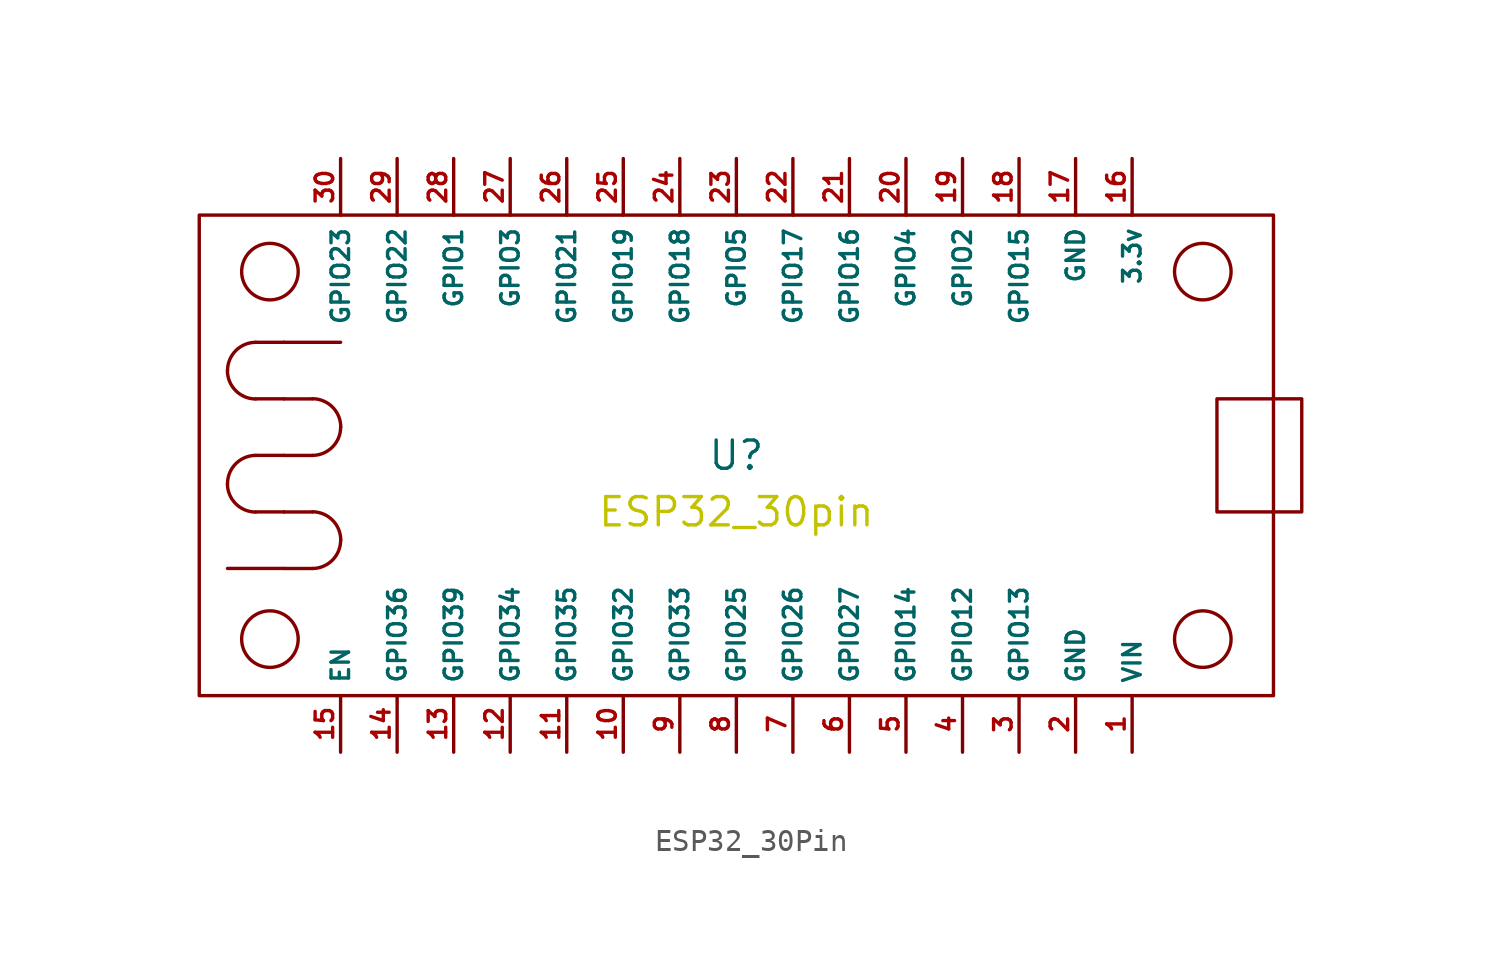
<source format=kicad_sym>
(kicad_symbol_lib
  (version 20220914)
  (generator kicad_symbol_editor)
  (symbol "ESP32_30Pin"
    (property "Reference" "U"
      (at 0 0 0)
      (effects (font (size 1.27 1.27))))
    (property "Value" ""
      (at 0 0 0)
      (effects (font (size 1.27 1.27))))
    (property "Footprint" "ESP32_30pin"
      (at 0 -2.54 0)
      (effects (font (size 1.27 1.27) (color 194 194 0 1))))
    (symbol "ESP32_30Pin_0_1"
      (rectangle (start -24.13 10.795) (end 24.13 -10.795) (stroke (width 0) (type default)) (fill (type none)))
      (arc (start -22.8675 -1.2775) (mid -22.4933 -2.1733) (end -21.5975 -2.5475) (stroke (width 0) (type default)) (fill (type none)))
      (arc (start -22.8675 3.8025) (mid -22.4933 2.9067) (end -21.5975 2.5325) (stroke (width 0) (type default)) (fill (type none)))
      (arc (start -21.59 0) (mid -22.4873 -0.3727) (end -22.86 -1.27) (stroke (width 0) (type default)) (fill (type none)))
      (arc (start -21.59 5.08) (mid -22.4873 4.7073) (end -22.86 3.81) (stroke (width 0) (type default)) (fill (type none)))
      (circle (center -20.955 -8.255) (radius 1.27) (stroke (width 0) (type default)) (fill (type none)))
      (circle (center -20.955 8.255) (radius 1.27) (stroke (width 0) (type default)) (fill (type none)))
      (arc (start -19.0475 -5.0825) (mid -18.1502 -4.7098) (end -17.7775 -3.8125) (stroke (width 0) (type default)) (fill (type none)))
      (arc (start -19.0475 -0.0025) (mid -18.1502 0.3702) (end -17.7775 1.2675) (stroke (width 0) (type default)) (fill (type none)))
      (arc (start -17.77 -3.805) (mid -18.1442 -2.9092) (end -19.04 -2.535) (stroke (width 0) (type default)) (fill (type none)))
      (arc (start -17.77 1.275) (mid -18.1442 2.1708) (end -19.04 2.545) (stroke (width 0) (type default)) (fill (type none)))
      (polyline (pts (xy -21.59 -2.54) (xy -20.32 -2.54)) (stroke (width 0) (type default)) (fill (type none)))
      (polyline (pts (xy -21.59 0) (xy -20.32 0)) (stroke (width 0) (type default)) (fill (type none)))
      (polyline (pts (xy -21.59 2.54) (xy -20.32 2.54)) (stroke (width 0) (type default)) (fill (type none)))
      (polyline (pts (xy -21.59 5.08) (xy -20.32 5.08)) (stroke (width 0) (type default)) (fill (type none)))
      (polyline (pts (xy -20.32 -5.08) (xy -22.86 -5.08)) (stroke (width 0) (type default)) (fill (type none)))
      (polyline (pts (xy -20.32 5.08) (xy -17.78 5.08)) (stroke (width 0) (type default)) (fill (type none)))
      (polyline (pts (xy -19.047 -5.082) (xy -20.317 -5.082)) (stroke (width 0) (type default)) (fill (type none)))
      (polyline (pts (xy -19.047 -2.542) (xy -20.317 -2.542)) (stroke (width 0) (type default)) (fill (type none)))
      (polyline (pts (xy -19.047 -0.003) (xy -20.317 -0.003)) (stroke (width 0) (type default)) (fill (type none)))
      (polyline (pts (xy -19.047 2.538) (xy -20.317 2.538)) (stroke (width 0) (type default)) (fill (type none)))
      (circle (center 20.955 -8.255) (radius 1.27) (stroke (width 0) (type default)) (fill (type none)))
      (circle (center 20.955 8.255) (radius 1.27) (stroke (width 0) (type default)) (fill (type none)))
      (rectangle (start 21.59 2.54) (end 25.4 -2.54) (stroke (width 0) (type default)) (fill (type none))))
    (symbol "ESP32_30Pin_1_1"
      (pin power_out line (at 17.78 -13.335 90) (length 2.54) (name "VIN" (effects (font (size 0.787 0.787)))) (number "1" (effects (font (size 0.787 0.787)))))
      (pin bidirectional line (at -5.08 -13.335 90) (length 2.54) (name "GPIO32" (effects (font (size 0.787 0.787)))) (number "10" (effects (font (size 0.787 0.787)))))
      (pin bidirectional line (at -7.62 -13.335 90) (length 2.54) (name "GPIO35" (effects (font (size 0.787 0.787)))) (number "11" (effects (font (size 0.787 0.787)))))
      (pin bidirectional line (at -10.16 -13.335 90) (length 2.54) (name "GPIO34" (effects (font (size 0.787 0.787)))) (number "12" (effects (font (size 0.787 0.787)))))
      (pin bidirectional line (at -12.7 -13.335 90) (length 2.54) (name "GPIO39" (effects (font (size 0.787 0.787)))) (number "13" (effects (font (size 0.787 0.787)))))
      (pin bidirectional line (at -15.24 -13.335 90) (length 2.54) (name "GPIO36" (effects (font (size 0.787 0.787)))) (number "14" (effects (font (size 0.787 0.787)))))
      (pin bidirectional line (at -17.78 -13.335 90) (length 2.54) (name "EN" (effects (font (size 0.787 0.787)))) (number "15" (effects (font (size 0.787 0.787)))))
      (pin output line (at 17.78 13.335 270) (length 2.54) (name "3.3v" (effects (font (size 0.787 0.787)))) (number "16" (effects (font (size 0.787 0.787)))))
      (pin power_in line (at 15.24 13.335 270) (length 2.54) (name "GND" (effects (font (size 0.787 0.787)))) (number "17" (effects (font (size 0.787 0.787)))))
      (pin bidirectional line (at 12.7 13.335 270) (length 2.54) (name "GPIO15" (effects (font (size 0.787 0.787)))) (number "18" (effects (font (size 0.787 0.787)))))
      (pin bidirectional line (at 10.16 13.335 270) (length 2.54) (name "GPIO2" (effects (font (size 0.787 0.787)))) (number "19" (effects (font (size 0.787 0.787)))))
      (pin bidirectional line (at 15.24 -13.335 90) (length 2.54) (name "GND" (effects (font (size 0.787 0.787)))) (number "2" (effects (font (size 0.787 0.787)))))
      (pin bidirectional line (at 7.62 13.335 270) (length 2.54) (name "GPIO4" (effects (font (size 0.787 0.787)))) (number "20" (effects (font (size 0.787 0.787)))))
      (pin bidirectional line (at 5.08 13.335 270) (length 2.54) (name "GPIO16" (effects (font (size 0.787 0.787)))) (number "21" (effects (font (size 0.787 0.787)))))
      (pin bidirectional line (at 2.54 13.335 270) (length 2.54) (name "GPIO17" (effects (font (size 0.787 0.787)))) (number "22" (effects (font (size 0.787 0.787)))))
      (pin bidirectional line (at 0 13.335 270) (length 2.54) (name "GPIO5" (effects (font (size 0.787 0.787)))) (number "23" (effects (font (size 0.787 0.787)))))
      (pin bidirectional line (at -2.54 13.335 270) (length 2.54) (name "GPIO18" (effects (font (size 0.787 0.787)))) (number "24" (effects (font (size 0.787 0.787)))))
      (pin bidirectional line (at -5.08 13.335 270) (length 2.54) (name "GPIO19" (effects (font (size 0.787 0.787)))) (number "25" (effects (font (size 0.787 0.787)))))
      (pin bidirectional line (at -7.62 13.335 270) (length 2.54) (name "GPIO21" (effects (font (size 0.787 0.787)))) (number "26" (effects (font (size 0.787 0.787)))))
      (pin bidirectional line (at -10.16 13.335 270) (length 2.54) (name "GPIO3" (effects (font (size 0.787 0.787)))) (number "27" (effects (font (size 0.787 0.787)))))
      (pin bidirectional line (at -12.7 13.335 270) (length 2.54) (name "GPIO1" (effects (font (size 0.787 0.787)))) (number "28" (effects (font (size 0.787 0.787)))))
      (pin bidirectional line (at -15.24 13.335 270) (length 2.54) (name "GPIO22" (effects (font (size 0.787 0.787)))) (number "29" (effects (font (size 0.787 0.787)))))
      (pin bidirectional line (at 12.7 -13.335 90) (length 2.54) (name "GPIO13" (effects (font (size 0.787 0.787)))) (number "3" (effects (font (size 0.787 0.787)))))
      (pin bidirectional line (at -17.78 13.335 270) (length 2.54) (name "GPIO23" (effects (font (size 0.787 0.787)))) (number "30" (effects (font (size 0.787 0.787)))))
      (pin bidirectional line (at 10.16 -13.335 90) (length 2.54) (name "GPIO12" (effects (font (size 0.787 0.787)))) (number "4" (effects (font (size 0.787 0.787)))))
      (pin bidirectional line (at 7.62 -13.335 90) (length 2.54) (name "GPIO14" (effects (font (size 0.787 0.787)))) (number "5" (effects (font (size 0.787 0.787)))))
      (pin bidirectional line (at 5.08 -13.335 90) (length 2.54) (name "GPIO27" (effects (font (size 0.787 0.787)))) (number "6" (effects (font (size 0.787 0.787)))))
      (pin bidirectional line (at 2.54 -13.335 90) (length 2.54) (name "GPIO26" (effects (font (size 0.787 0.787)))) (number "7" (effects (font (size 0.787 0.787)))))
      (pin bidirectional line (at 0 -13.335 90) (length 2.54) (name "GPIO25" (effects (font (size 0.787 0.787)))) (number "8" (effects (font (size 0.787 0.787)))))
      (pin bidirectional line (at -2.54 -13.335 90) (length 2.54) (name "GPIO33" (effects (font (size 0.787 0.787)))) (number "9" (effects (font (size 0.787 0.787))))))))
</source>
